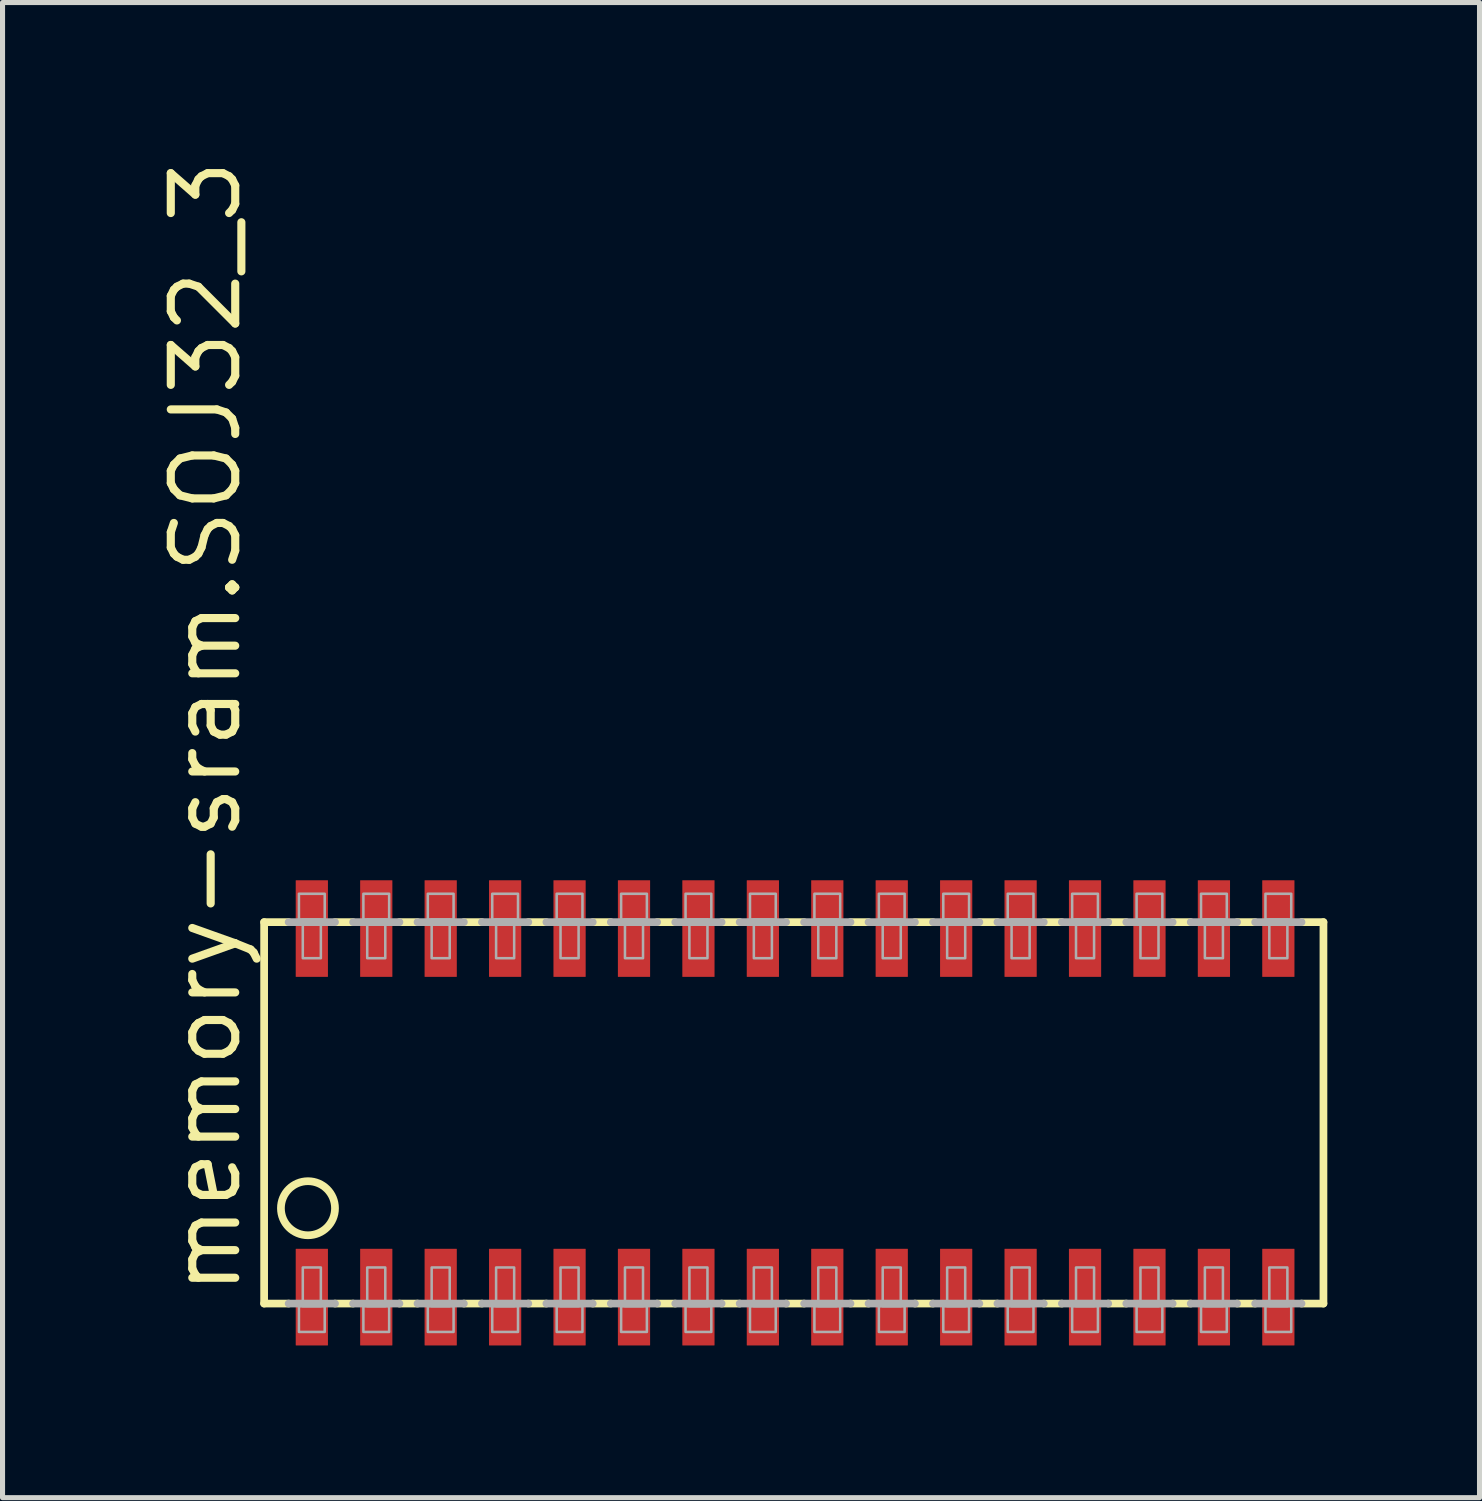
<source format=kicad_pcb>
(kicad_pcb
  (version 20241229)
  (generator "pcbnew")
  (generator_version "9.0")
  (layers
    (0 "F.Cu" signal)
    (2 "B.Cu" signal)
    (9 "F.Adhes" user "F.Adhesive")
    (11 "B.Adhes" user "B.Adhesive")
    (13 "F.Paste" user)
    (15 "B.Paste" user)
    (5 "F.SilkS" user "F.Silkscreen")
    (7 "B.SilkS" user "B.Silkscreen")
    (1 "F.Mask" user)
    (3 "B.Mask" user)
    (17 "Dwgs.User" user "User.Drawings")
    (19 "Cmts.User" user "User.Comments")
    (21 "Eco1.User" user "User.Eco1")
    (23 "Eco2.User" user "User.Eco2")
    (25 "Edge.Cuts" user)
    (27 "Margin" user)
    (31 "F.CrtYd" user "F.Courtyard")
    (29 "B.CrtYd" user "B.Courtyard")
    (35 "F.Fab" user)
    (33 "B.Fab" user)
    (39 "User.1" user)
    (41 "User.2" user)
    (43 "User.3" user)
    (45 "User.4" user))
  (footprint "memory-sram.SOJ32_3"
    (layer "F.Cu")
    (at 12.621 18.884)
    (property "Reference" "memory-sram.SOJ32_3" (at -10.871 3.658 90) (layer "F.SilkS") (effects (font (size 1.27 1.27) (thickness 0.16)) (justify left bottom)))
    (attr smd)
    (fp_line (start -10.465 -3.759) (end -10.465 3.759) (stroke (width 0.152) (type default)) (layer "F.SilkS"))
    (fp_line (start -10.465 -3.759) (end -9.982 -3.759) (stroke (width 0.152) (type default)) (layer "F.SilkS"))
    (fp_line (start -10.465 3.759) (end -9.982 3.759) (stroke (width 0.152) (type default)) (layer "F.SilkS"))
    (fp_line (start -9.068 -3.759) (end -8.712 -3.759) (stroke (width 0.152) (type default)) (layer "F.SilkS"))
    (fp_line (start -8.712 3.759) (end -9.068 3.759) (stroke (width 0.152) (type default)) (layer "F.SilkS"))
    (fp_line (start -7.798 -3.759) (end -7.442 -3.759) (stroke (width 0.152) (type default)) (layer "F.SilkS"))
    (fp_line (start -7.442 3.759) (end -7.798 3.759) (stroke (width 0.152) (type default)) (layer "F.SilkS"))
    (fp_line (start -6.528 -3.759) (end -6.172 -3.759) (stroke (width 0.152) (type default)) (layer "F.SilkS"))
    (fp_line (start -6.172 3.759) (end -6.528 3.759) (stroke (width 0.152) (type default)) (layer "F.SilkS"))
    (fp_line (start -5.258 -3.759) (end -4.902 -3.759) (stroke (width 0.152) (type default)) (layer "F.SilkS"))
    (fp_line (start -4.902 3.759) (end -5.258 3.759) (stroke (width 0.152) (type default)) (layer "F.SilkS"))
    (fp_line (start -3.988 -3.759) (end -3.632 -3.759) (stroke (width 0.152) (type default)) (layer "F.SilkS"))
    (fp_line (start -3.632 3.759) (end -3.988 3.759) (stroke (width 0.152) (type default)) (layer "F.SilkS"))
    (fp_line (start -2.718 -3.759) (end -2.362 -3.759) (stroke (width 0.152) (type default)) (layer "F.SilkS"))
    (fp_line (start -2.362 3.759) (end -2.718 3.759) (stroke (width 0.152) (type default)) (layer "F.SilkS"))
    (fp_line (start -1.448 -3.759) (end -1.092 -3.759) (stroke (width 0.152) (type default)) (layer "F.SilkS"))
    (fp_line (start -1.092 3.759) (end -1.448 3.759) (stroke (width 0.152) (type default)) (layer "F.SilkS"))
    (fp_line (start -0.178 -3.759) (end 0.178 -3.759) (stroke (width 0.152) (type default)) (layer "F.SilkS"))
    (fp_line (start 0.178 3.759) (end -0.178 3.759) (stroke (width 0.152) (type default)) (layer "F.SilkS"))
    (fp_line (start 1.092 -3.759) (end 1.448 -3.759) (stroke (width 0.152) (type default)) (layer "F.SilkS"))
    (fp_line (start 1.448 3.759) (end 1.092 3.759) (stroke (width 0.152) (type default)) (layer "F.SilkS"))
    (fp_line (start 2.362 -3.759) (end 2.718 -3.759) (stroke (width 0.152) (type default)) (layer "F.SilkS"))
    (fp_line (start 2.718 3.759) (end 2.362 3.759) (stroke (width 0.152) (type default)) (layer "F.SilkS"))
    (fp_line (start 3.632 -3.759) (end 3.988 -3.759) (stroke (width 0.152) (type default)) (layer "F.SilkS"))
    (fp_line (start 3.988 3.759) (end 3.632 3.759) (stroke (width 0.152) (type default)) (layer "F.SilkS"))
    (fp_line (start 4.902 -3.759) (end 5.258 -3.759) (stroke (width 0.152) (type default)) (layer "F.SilkS"))
    (fp_line (start 5.258 3.759) (end 4.902 3.759) (stroke (width 0.152) (type default)) (layer "F.SilkS"))
    (fp_line (start 6.172 -3.759) (end 6.528 -3.759) (stroke (width 0.152) (type default)) (layer "F.SilkS"))
    (fp_line (start 6.528 3.759) (end 6.172 3.759) (stroke (width 0.152) (type default)) (layer "F.SilkS"))
    (fp_line (start 7.442 -3.759) (end 7.798 -3.759) (stroke (width 0.152) (type default)) (layer "F.SilkS"))
    (fp_line (start 7.798 3.759) (end 7.442 3.759) (stroke (width 0.152) (type default)) (layer "F.SilkS"))
    (fp_line (start 8.712 -3.759) (end 9.068 -3.759) (stroke (width 0.152) (type default)) (layer "F.SilkS"))
    (fp_line (start 9.068 3.759) (end 8.712 3.759) (stroke (width 0.152) (type default)) (layer "F.SilkS"))
    (fp_line (start 10.414 -3.759) (end 9.982 -3.759) (stroke (width 0.152) (type default)) (layer "F.SilkS"))
    (fp_line (start 10.414 3.759) (end 9.982 3.759) (stroke (width 0.152) (type default)) (layer "F.SilkS"))
    (fp_line (start 10.414 3.759) (end 10.414 -3.759) (stroke (width 0.152) (type default)) (layer "F.SilkS"))
    (fp_circle (center -9.601 1.88) (end -9.068 1.88) (stroke (width 0.152) (type default)) (fill no) (layer "F.SilkS"))
    (fp_line (start -9.982 -3.759) (end -9.068 -3.759) (stroke (width 0.152) (type default)) (layer "F.Fab"))
    (fp_line (start -9.982 3.759) (end -9.068 3.759) (stroke (width 0.152) (type default)) (layer "F.Fab"))
    (fp_line (start -8.712 -3.759) (end -7.798 -3.759) (stroke (width 0.152) (type default)) (layer "F.Fab"))
    (fp_line (start -7.798 3.759) (end -8.712 3.759) (stroke (width 0.152) (type default)) (layer "F.Fab"))
    (fp_line (start -7.442 -3.759) (end -6.528 -3.759) (stroke (width 0.152) (type default)) (layer "F.Fab"))
    (fp_line (start -6.528 3.759) (end -7.442 3.759) (stroke (width 0.152) (type default)) (layer "F.Fab"))
    (fp_line (start -6.172 -3.759) (end -5.258 -3.759) (stroke (width 0.152) (type default)) (layer "F.Fab"))
    (fp_line (start -5.258 3.759) (end -6.172 3.759) (stroke (width 0.152) (type default)) (layer "F.Fab"))
    (fp_line (start -4.902 -3.759) (end -3.988 -3.759) (stroke (width 0.152) (type default)) (layer "F.Fab"))
    (fp_line (start -3.988 3.759) (end -4.902 3.759) (stroke (width 0.152) (type default)) (layer "F.Fab"))
    (fp_line (start -3.632 -3.759) (end -2.718 -3.759) (stroke (width 0.152) (type default)) (layer "F.Fab"))
    (fp_line (start -2.718 3.759) (end -3.632 3.759) (stroke (width 0.152) (type default)) (layer "F.Fab"))
    (fp_line (start -2.362 -3.759) (end -1.448 -3.759) (stroke (width 0.152) (type default)) (layer "F.Fab"))
    (fp_line (start -1.448 3.759) (end -2.362 3.759) (stroke (width 0.152) (type default)) (layer "F.Fab"))
    (fp_line (start -1.092 -3.759) (end -0.178 -3.759) (stroke (width 0.152) (type default)) (layer "F.Fab"))
    (fp_line (start -0.178 3.759) (end -1.092 3.759) (stroke (width 0.152) (type default)) (layer "F.Fab"))
    (fp_line (start 0.178 -3.759) (end 1.092 -3.759) (stroke (width 0.152) (type default)) (layer "F.Fab"))
    (fp_line (start 1.092 3.759) (end 0.178 3.759) (stroke (width 0.152) (type default)) (layer "F.Fab"))
    (fp_line (start 1.448 -3.759) (end 2.362 -3.759) (stroke (width 0.152) (type default)) (layer "F.Fab"))
    (fp_line (start 2.362 3.759) (end 1.448 3.759) (stroke (width 0.152) (type default)) (layer "F.Fab"))
    (fp_line (start 2.718 -3.759) (end 3.632 -3.759) (stroke (width 0.152) (type default)) (layer "F.Fab"))
    (fp_line (start 3.632 3.759) (end 2.718 3.759) (stroke (width 0.152) (type default)) (layer "F.Fab"))
    (fp_line (start 3.988 -3.759) (end 4.902 -3.759) (stroke (width 0.152) (type default)) (layer "F.Fab"))
    (fp_line (start 4.902 3.759) (end 3.988 3.759) (stroke (width 0.152) (type default)) (layer "F.Fab"))
    (fp_line (start 5.258 -3.759) (end 6.172 -3.759) (stroke (width 0.152) (type default)) (layer "F.Fab"))
    (fp_line (start 6.172 3.759) (end 5.258 3.759) (stroke (width 0.152) (type default)) (layer "F.Fab"))
    (fp_line (start 6.528 -3.759) (end 7.442 -3.759) (stroke (width 0.152) (type default)) (layer "F.Fab"))
    (fp_line (start 7.442 3.759) (end 6.528 3.759) (stroke (width 0.152) (type default)) (layer "F.Fab"))
    (fp_line (start 7.798 -3.759) (end 8.712 -3.759) (stroke (width 0.152) (type default)) (layer "F.Fab"))
    (fp_line (start 8.712 3.759) (end 7.798 3.759) (stroke (width 0.152) (type default)) (layer "F.Fab"))
    (fp_line (start 9.982 -3.759) (end 9.068 -3.759) (stroke (width 0.152) (type default)) (layer "F.Fab"))
    (fp_line (start 9.982 3.759) (end 9.068 3.759) (stroke (width 0.152) (type default)) (layer "F.Fab"))
    (fp_rect (start -9.779 -3.81) (end -9.271 -4.318) (stroke (width 0.05) (type default)) (fill no) (layer "F.Fab"))
    (fp_rect (start -9.779 4.318) (end -9.271 3.81) (stroke (width 0.05) (type default)) (fill no) (layer "F.Fab"))
    (fp_rect (start -9.703 -3.048) (end -9.347 -3.81) (stroke (width 0.05) (type default)) (fill no) (layer "F.Fab"))
    (fp_rect (start -9.703 3.81) (end -9.347 3.048) (stroke (width 0.05) (type default)) (fill no) (layer "F.Fab"))
    (fp_rect (start -8.509 -3.81) (end -8.001 -4.318) (stroke (width 0.05) (type default)) (fill no) (layer "F.Fab"))
    (fp_rect (start -8.509 4.318) (end -8.001 3.81) (stroke (width 0.05) (type default)) (fill no) (layer "F.Fab"))
    (fp_rect (start -8.433 -3.048) (end -8.077 -3.81) (stroke (width 0.05) (type default)) (fill no) (layer "F.Fab"))
    (fp_rect (start -8.433 3.81) (end -8.077 3.048) (stroke (width 0.05) (type default)) (fill no) (layer "F.Fab"))
    (fp_rect (start -7.239 -3.81) (end -6.731 -4.318) (stroke (width 0.05) (type default)) (fill no) (layer "F.Fab"))
    (fp_rect (start -7.239 4.318) (end -6.731 3.81) (stroke (width 0.05) (type default)) (fill no) (layer "F.Fab"))
    (fp_rect (start -7.163 -3.048) (end -6.807 -3.81) (stroke (width 0.05) (type default)) (fill no) (layer "F.Fab"))
    (fp_rect (start -7.163 3.81) (end -6.807 3.048) (stroke (width 0.05) (type default)) (fill no) (layer "F.Fab"))
    (fp_rect (start -5.969 -3.81) (end -5.461 -4.318) (stroke (width 0.05) (type default)) (fill no) (layer "F.Fab"))
    (fp_rect (start -5.969 4.318) (end -5.461 3.81) (stroke (width 0.05) (type default)) (fill no) (layer "F.Fab"))
    (fp_rect (start -5.893 -3.048) (end -5.537 -3.81) (stroke (width 0.05) (type default)) (fill no) (layer "F.Fab"))
    (fp_rect (start -5.893 3.81) (end -5.537 3.048) (stroke (width 0.05) (type default)) (fill no) (layer "F.Fab"))
    (fp_rect (start -4.699 -3.81) (end -4.191 -4.318) (stroke (width 0.05) (type default)) (fill no) (layer "F.Fab"))
    (fp_rect (start -4.699 4.318) (end -4.191 3.81) (stroke (width 0.05) (type default)) (fill no) (layer "F.Fab"))
    (fp_rect (start -4.623 -3.048) (end -4.267 -3.81) (stroke (width 0.05) (type default)) (fill no) (layer "F.Fab"))
    (fp_rect (start -4.623 3.81) (end -4.267 3.048) (stroke (width 0.05) (type default)) (fill no) (layer "F.Fab"))
    (fp_rect (start -3.429 -3.81) (end -2.921 -4.318) (stroke (width 0.05) (type default)) (fill no) (layer "F.Fab"))
    (fp_rect (start -3.429 4.318) (end -2.921 3.81) (stroke (width 0.05) (type default)) (fill no) (layer "F.Fab"))
    (fp_rect (start -3.353 -3.048) (end -2.997 -3.81) (stroke (width 0.05) (type default)) (fill no) (layer "F.Fab"))
    (fp_rect (start -3.353 3.81) (end -2.997 3.048) (stroke (width 0.05) (type default)) (fill no) (layer "F.Fab"))
    (fp_rect (start -2.159 -3.81) (end -1.651 -4.318) (stroke (width 0.05) (type default)) (fill no) (layer "F.Fab"))
    (fp_rect (start -2.159 4.318) (end -1.651 3.81) (stroke (width 0.05) (type default)) (fill no) (layer "F.Fab"))
    (fp_rect (start -2.083 -3.048) (end -1.727 -3.81) (stroke (width 0.05) (type default)) (fill no) (layer "F.Fab"))
    (fp_rect (start -2.083 3.81) (end -1.727 3.048) (stroke (width 0.05) (type default)) (fill no) (layer "F.Fab"))
    (fp_rect (start -0.889 -3.81) (end -0.381 -4.318) (stroke (width 0.05) (type default)) (fill no) (layer "F.Fab"))
    (fp_rect (start -0.889 4.318) (end -0.381 3.81) (stroke (width 0.05) (type default)) (fill no) (layer "F.Fab"))
    (fp_rect (start -0.813 -3.048) (end -0.457 -3.81) (stroke (width 0.05) (type default)) (fill no) (layer "F.Fab"))
    (fp_rect (start -0.813 3.81) (end -0.457 3.048) (stroke (width 0.05) (type default)) (fill no) (layer "F.Fab"))
    (fp_rect (start 0.381 -3.81) (end 0.889 -4.318) (stroke (width 0.05) (type default)) (fill no) (layer "F.Fab"))
    (fp_rect (start 0.381 4.318) (end 0.889 3.81) (stroke (width 0.05) (type default)) (fill no) (layer "F.Fab"))
    (fp_rect (start 0.457 -3.048) (end 0.813 -3.81) (stroke (width 0.05) (type default)) (fill no) (layer "F.Fab"))
    (fp_rect (start 0.457 3.81) (end 0.813 3.048) (stroke (width 0.05) (type default)) (fill no) (layer "F.Fab"))
    (fp_rect (start 1.651 -3.81) (end 2.159 -4.318) (stroke (width 0.05) (type default)) (fill no) (layer "F.Fab"))
    (fp_rect (start 1.651 4.318) (end 2.159 3.81) (stroke (width 0.05) (type default)) (fill no) (layer "F.Fab"))
    (fp_rect (start 1.727 -3.048) (end 2.083 -3.81) (stroke (width 0.05) (type default)) (fill no) (layer "F.Fab"))
    (fp_rect (start 1.727 3.81) (end 2.083 3.048) (stroke (width 0.05) (type default)) (fill no) (layer "F.Fab"))
    (fp_rect (start 2.921 -3.81) (end 3.429 -4.318) (stroke (width 0.05) (type default)) (fill no) (layer "F.Fab"))
    (fp_rect (start 2.921 4.318) (end 3.429 3.81) (stroke (width 0.05) (type default)) (fill no) (layer "F.Fab"))
    (fp_rect (start 2.997 -3.048) (end 3.353 -3.81) (stroke (width 0.05) (type default)) (fill no) (layer "F.Fab"))
    (fp_rect (start 2.997 3.81) (end 3.353 3.048) (stroke (width 0.05) (type default)) (fill no) (layer "F.Fab"))
    (fp_rect (start 4.191 -3.81) (end 4.699 -4.318) (stroke (width 0.05) (type default)) (fill no) (layer "F.Fab"))
    (fp_rect (start 4.191 4.318) (end 4.699 3.81) (stroke (width 0.05) (type default)) (fill no) (layer "F.Fab"))
    (fp_rect (start 4.267 -3.048) (end 4.623 -3.81) (stroke (width 0.05) (type default)) (fill no) (layer "F.Fab"))
    (fp_rect (start 4.267 3.81) (end 4.623 3.048) (stroke (width 0.05) (type default)) (fill no) (layer "F.Fab"))
    (fp_rect (start 5.461 -3.81) (end 5.969 -4.318) (stroke (width 0.05) (type default)) (fill no) (layer "F.Fab"))
    (fp_rect (start 5.461 4.318) (end 5.969 3.81) (stroke (width 0.05) (type default)) (fill no) (layer "F.Fab"))
    (fp_rect (start 5.537 -3.048) (end 5.893 -3.81) (stroke (width 0.05) (type default)) (fill no) (layer "F.Fab"))
    (fp_rect (start 5.537 3.81) (end 5.893 3.048) (stroke (width 0.05) (type default)) (fill no) (layer "F.Fab"))
    (fp_rect (start 6.731 -3.81) (end 7.239 -4.318) (stroke (width 0.05) (type default)) (fill no) (layer "F.Fab"))
    (fp_rect (start 6.731 4.318) (end 7.239 3.81) (stroke (width 0.05) (type default)) (fill no) (layer "F.Fab"))
    (fp_rect (start 6.807 -3.048) (end 7.163 -3.81) (stroke (width 0.05) (type default)) (fill no) (layer "F.Fab"))
    (fp_rect (start 6.807 3.81) (end 7.163 3.048) (stroke (width 0.05) (type default)) (fill no) (layer "F.Fab"))
    (fp_rect (start 8.001 -3.81) (end 8.509 -4.318) (stroke (width 0.05) (type default)) (fill no) (layer "F.Fab"))
    (fp_rect (start 8.001 4.318) (end 8.509 3.81) (stroke (width 0.05) (type default)) (fill no) (layer "F.Fab"))
    (fp_rect (start 8.077 -3.048) (end 8.433 -3.81) (stroke (width 0.05) (type default)) (fill no) (layer "F.Fab"))
    (fp_rect (start 8.077 3.81) (end 8.433 3.048) (stroke (width 0.05) (type default)) (fill no) (layer "F.Fab"))
    (fp_rect (start 9.271 -3.81) (end 9.779 -4.318) (stroke (width 0.05) (type default)) (fill no) (layer "F.Fab"))
    (fp_rect (start 9.271 4.318) (end 9.779 3.81) (stroke (width 0.05) (type default)) (fill no) (layer "F.Fab"))
    (fp_rect (start 9.347 -3.048) (end 9.703 -3.81) (stroke (width 0.05) (type default)) (fill no) (layer "F.Fab"))
    (fp_rect (start 9.347 3.81) (end 9.703 3.048) (stroke (width 0.05) (type default)) (fill no) (layer "F.Fab"))
    (pad "1" smd roundrect (at -9.525 3.632) (size 0.635 1.905) (layers "F.Cu" "F.Mask" "F.Paste") (roundrect_rratio 0.01))
    (pad "2" smd roundrect (at -8.255 3.632) (size 0.635 1.905) (layers "F.Cu" "F.Mask" "F.Paste") (roundrect_rratio 0.01))
    (pad "3" smd roundrect (at -6.985 3.632) (size 0.635 1.905) (layers "F.Cu" "F.Mask" "F.Paste") (roundrect_rratio 0.01))
    (pad "4" smd roundrect (at -5.715 3.632) (size 0.635 1.905) (layers "F.Cu" "F.Mask" "F.Paste") (roundrect_rratio 0.01))
    (pad "5" smd roundrect (at -4.445 3.632) (size 0.635 1.905) (layers "F.Cu" "F.Mask" "F.Paste") (roundrect_rratio 0.01))
    (pad "6" smd roundrect (at -3.175 3.632) (size 0.635 1.905) (layers "F.Cu" "F.Mask" "F.Paste") (roundrect_rratio 0.01))
    (pad "7" smd roundrect (at -1.905 3.632) (size 0.635 1.905) (layers "F.Cu" "F.Mask" "F.Paste") (roundrect_rratio 0.01))
    (pad "8" smd roundrect (at -0.635 3.632) (size 0.635 1.905) (layers "F.Cu" "F.Mask" "F.Paste") (roundrect_rratio 0.01))
    (pad "9" smd roundrect (at 0.635 3.632) (size 0.635 1.905) (layers "F.Cu" "F.Mask" "F.Paste") (roundrect_rratio 0.01))
    (pad "10" smd roundrect (at 1.905 3.632) (size 0.635 1.905) (layers "F.Cu" "F.Mask" "F.Paste") (roundrect_rratio 0.01))
    (pad "11" smd roundrect (at 3.175 3.632) (size 0.635 1.905) (layers "F.Cu" "F.Mask" "F.Paste") (roundrect_rratio 0.01))
    (pad "12" smd roundrect (at 4.445 3.632) (size 0.635 1.905) (layers "F.Cu" "F.Mask" "F.Paste") (roundrect_rratio 0.01))
    (pad "13" smd roundrect (at 5.715 3.632) (size 0.635 1.905) (layers "F.Cu" "F.Mask" "F.Paste") (roundrect_rratio 0.01))
    (pad "14" smd roundrect (at 6.985 3.632) (size 0.635 1.905) (layers "F.Cu" "F.Mask" "F.Paste") (roundrect_rratio 0.01))
    (pad "15" smd roundrect (at 8.255 3.632) (size 0.635 1.905) (layers "F.Cu" "F.Mask" "F.Paste") (roundrect_rratio 0.01))
    (pad "16" smd roundrect (at 9.525 3.632) (size 0.635 1.905) (layers "F.Cu" "F.Mask" "F.Paste") (roundrect_rratio 0.01))
    (pad "17" smd roundrect (at 9.525 -3.632) (size 0.635 1.905) (layers "F.Cu" "F.Mask" "F.Paste") (roundrect_rratio 0.01))
    (pad "18" smd roundrect (at 8.255 -3.632) (size 0.635 1.905) (layers "F.Cu" "F.Mask" "F.Paste") (roundrect_rratio 0.01))
    (pad "19" smd roundrect (at 6.985 -3.632) (size 0.635 1.905) (layers "F.Cu" "F.Mask" "F.Paste") (roundrect_rratio 0.01))
    (pad "20" smd roundrect (at 5.715 -3.632) (size 0.635 1.905) (layers "F.Cu" "F.Mask" "F.Paste") (roundrect_rratio 0.01))
    (pad "21" smd roundrect (at 4.445 -3.632) (size 0.635 1.905) (layers "F.Cu" "F.Mask" "F.Paste") (roundrect_rratio 0.01))
    (pad "22" smd roundrect (at 3.175 -3.632) (size 0.635 1.905) (layers "F.Cu" "F.Mask" "F.Paste") (roundrect_rratio 0.01))
    (pad "23" smd roundrect (at 1.905 -3.632) (size 0.635 1.905) (layers "F.Cu" "F.Mask" "F.Paste") (roundrect_rratio 0.01))
    (pad "24" smd roundrect (at 0.635 -3.632) (size 0.635 1.905) (layers "F.Cu" "F.Mask" "F.Paste") (roundrect_rratio 0.01))
    (pad "25" smd roundrect (at -0.635 -3.632) (size 0.635 1.905) (layers "F.Cu" "F.Mask" "F.Paste") (roundrect_rratio 0.01))
    (pad "26" smd roundrect (at -1.905 -3.632) (size 0.635 1.905) (layers "F.Cu" "F.Mask" "F.Paste") (roundrect_rratio 0.01))
    (pad "27" smd roundrect (at -3.175 -3.632) (size 0.635 1.905) (layers "F.Cu" "F.Mask" "F.Paste") (roundrect_rratio 0.01))
    (pad "28" smd roundrect (at -4.445 -3.632) (size 0.635 1.905) (layers "F.Cu" "F.Mask" "F.Paste") (roundrect_rratio 0.01))
    (pad "29" smd roundrect (at -5.715 -3.632) (size 0.635 1.905) (layers "F.Cu" "F.Mask" "F.Paste") (roundrect_rratio 0.01))
    (pad "30" smd roundrect (at -6.985 -3.632) (size 0.635 1.905) (layers "F.Cu" "F.Mask" "F.Paste") (roundrect_rratio 0.01))
    (pad "31" smd roundrect (at -8.255 -3.632) (size 0.635 1.905) (layers "F.Cu" "F.Mask" "F.Paste") (roundrect_rratio 0.01))
    (pad "32" smd roundrect (at -9.525 -3.632) (size 0.635 1.905) (layers "F.Cu" "F.Mask" "F.Paste") (roundrect_rratio 0.01)))
  (gr_rect
    (start -3 -3)
    (end 26.111 26.469)
    (stroke (width 0.1) (type default))
    (fill no)
    (layer "Edge.Cuts")))
</source>
